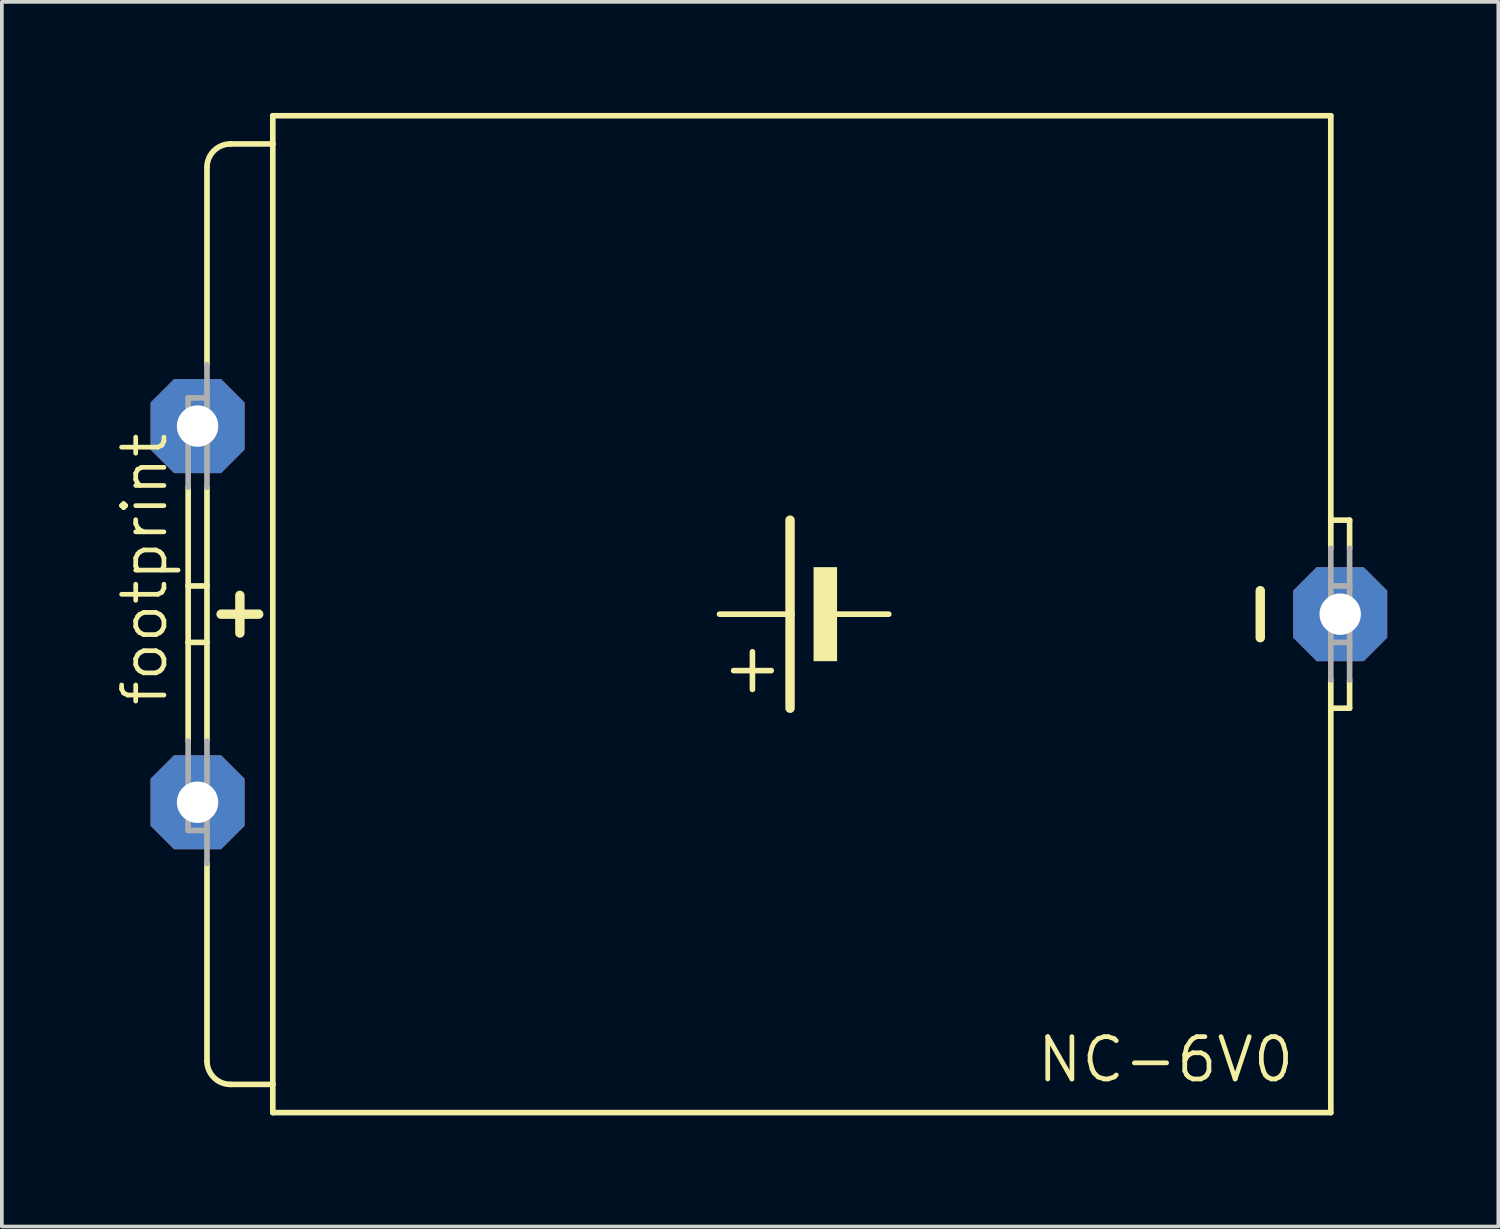
<source format=kicad_pcb>
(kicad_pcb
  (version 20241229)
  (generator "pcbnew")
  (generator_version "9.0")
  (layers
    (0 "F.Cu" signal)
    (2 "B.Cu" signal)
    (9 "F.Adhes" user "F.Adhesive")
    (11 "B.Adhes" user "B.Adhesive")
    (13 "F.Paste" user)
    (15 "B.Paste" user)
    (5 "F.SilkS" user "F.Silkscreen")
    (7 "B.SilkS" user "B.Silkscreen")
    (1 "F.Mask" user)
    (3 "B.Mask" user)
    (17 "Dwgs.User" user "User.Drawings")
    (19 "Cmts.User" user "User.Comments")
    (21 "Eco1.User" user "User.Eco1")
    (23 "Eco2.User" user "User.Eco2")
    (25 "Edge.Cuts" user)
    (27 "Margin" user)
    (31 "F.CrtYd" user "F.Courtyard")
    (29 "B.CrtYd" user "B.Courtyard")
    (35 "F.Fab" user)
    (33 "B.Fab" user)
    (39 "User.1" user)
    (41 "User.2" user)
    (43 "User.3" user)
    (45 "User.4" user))
  (footprint "footprint"
    (layer "F.Cu")
    (at 17.526 13.538)
    (property "Reference" "footprint" (at -16.002 2.54 90) (layer "F.SilkS") (effects (font (size 1.143 1.143) (thickness 0.127)) (justify left bottom)))
    (fp_line (start -15.494 -0.762) (end -15.494 -3.429) (stroke (width 0.152) (type solid)) (layer "F.SilkS"))
    (fp_line (start -15.494 0.762) (end -15.494 -0.762) (stroke (width 0.152) (type solid)) (layer "F.SilkS"))
    (fp_line (start -15.494 3.429) (end -15.494 0.762) (stroke (width 0.152) (type solid)) (layer "F.SilkS"))
    (fp_line (start -14.986 -6.731) (end -14.986 -12.065) (stroke (width 0.152) (type solid)) (layer "F.SilkS"))
    (fp_line (start -14.986 -0.762) (end -15.494 -0.762) (stroke (width 0.152) (type solid)) (layer "F.SilkS"))
    (fp_line (start -14.986 -0.762) (end -14.986 -3.429) (stroke (width 0.152) (type solid)) (layer "F.SilkS"))
    (fp_line (start -14.986 0.762) (end -15.494 0.762) (stroke (width 0.152) (type solid)) (layer "F.SilkS"))
    (fp_line (start -14.986 0.762) (end -14.986 -0.762) (stroke (width 0.152) (type solid)) (layer "F.SilkS"))
    (fp_line (start -14.986 3.429) (end -14.986 0.762) (stroke (width 0.152) (type solid)) (layer "F.SilkS"))
    (fp_line (start -14.986 12.065) (end -14.986 6.731) (stroke (width 0.152) (type solid)) (layer "F.SilkS"))
    (fp_line (start -14.605 0) (end -13.589 0) (stroke (width 0.254) (type solid)) (layer "F.SilkS"))
    (fp_line (start -14.351 12.7) (end -13.208 12.7) (stroke (width 0.152) (type solid)) (layer "F.SilkS"))
    (fp_line (start -14.097 -0.508) (end -14.097 0.508) (stroke (width 0.254) (type solid)) (layer "F.SilkS"))
    (fp_line (start -13.208 -13.462) (end -13.208 -12.7) (stroke (width 0.152) (type solid)) (layer "F.SilkS"))
    (fp_line (start -13.208 -13.462) (end 15.367 -13.462) (stroke (width 0.152) (type solid)) (layer "F.SilkS"))
    (fp_line (start -13.208 -12.7) (end -14.351 -12.7) (stroke (width 0.152) (type solid)) (layer "F.SilkS"))
    (fp_line (start -13.208 -12.7) (end -13.208 12.7) (stroke (width 0.152) (type solid)) (layer "F.SilkS"))
    (fp_line (start -13.208 12.7) (end -13.208 13.462) (stroke (width 0.152) (type solid)) (layer "F.SilkS"))
    (fp_line (start -13.208 13.462) (end 15.367 13.462) (stroke (width 0.152) (type solid)) (layer "F.SilkS"))
    (fp_line (start -0.254 2.032) (end -0.254 1.016) (stroke (width 0.152) (type solid)) (layer "F.SilkS"))
    (fp_line (start 0.254 1.524) (end -0.762 1.524) (stroke (width 0.152) (type solid)) (layer "F.SilkS"))
    (fp_line (start 0.762 0) (end -1.143 0) (stroke (width 0.152) (type solid)) (layer "F.SilkS"))
    (fp_line (start 0.762 0) (end 0.762 -2.54) (stroke (width 0.254) (type solid)) (layer "F.SilkS"))
    (fp_line (start 0.762 2.54) (end 0.762 0) (stroke (width 0.254) (type solid)) (layer "F.SilkS"))
    (fp_line (start 3.429 0) (end 2.032 0) (stroke (width 0.152) (type solid)) (layer "F.SilkS"))
    (fp_line (start 13.462 -0.635) (end 13.462 0.635) (stroke (width 0.254) (type solid)) (layer "F.SilkS"))
    (fp_line (start 15.367 -2.54) (end 15.367 -13.462) (stroke (width 0.152) (type solid)) (layer "F.SilkS"))
    (fp_line (start 15.367 -1.778) (end 15.367 -2.54) (stroke (width 0.152) (type solid)) (layer "F.SilkS"))
    (fp_line (start 15.367 2.54) (end 15.367 1.778) (stroke (width 0.152) (type solid)) (layer "F.SilkS"))
    (fp_line (start 15.367 13.462) (end 15.367 2.54) (stroke (width 0.152) (type solid)) (layer "F.SilkS"))
    (fp_line (start 15.875 -2.54) (end 15.367 -2.54) (stroke (width 0.152) (type solid)) (layer "F.SilkS"))
    (fp_line (start 15.875 -1.778) (end 15.875 -2.54) (stroke (width 0.152) (type solid)) (layer "F.SilkS"))
    (fp_line (start 15.875 1.778) (end 15.875 2.54) (stroke (width 0.152) (type solid)) (layer "F.SilkS"))
    (fp_line (start 15.875 2.54) (end 15.367 2.54) (stroke (width 0.152) (type solid)) (layer "F.SilkS"))
    (fp_arc (start -14.986 -12.065) (mid -14.800013 -12.514013) (end -14.351 -12.7) (stroke (width 0.1524) (type solid)) (layer "F.SilkS"))
    (fp_arc (start -14.351 12.7) (mid -14.800013 12.514013) (end -14.986 12.065) (stroke (width 0.1524) (type solid)) (layer "F.SilkS"))
    (fp_poly (pts (xy 1.397 1.27) (xy 2.032 1.27) (xy 2.032 -1.27) (xy 1.397 -1.27)) (stroke (width 0) (type solid)) (fill yes) (layer "F.SilkS"))
    (fp_line (start -15.494 -3.429) (end -15.494 -5.842) (stroke (width 0.152) (type solid)) (layer "F.Fab"))
    (fp_line (start -15.494 5.842) (end -15.494 3.429) (stroke (width 0.152) (type solid)) (layer "F.Fab"))
    (fp_line (start -14.986 -5.842) (end -15.494 -5.842) (stroke (width 0.152) (type solid)) (layer "F.Fab"))
    (fp_line (start -14.986 -5.842) (end -14.986 -6.731) (stroke (width 0.152) (type solid)) (layer "F.Fab"))
    (fp_line (start -14.986 -3.429) (end -14.986 -5.842) (stroke (width 0.152) (type solid)) (layer "F.Fab"))
    (fp_line (start -14.986 5.842) (end -15.494 5.842) (stroke (width 0.152) (type solid)) (layer "F.Fab"))
    (fp_line (start -14.986 5.842) (end -14.986 3.429) (stroke (width 0.152) (type solid)) (layer "F.Fab"))
    (fp_line (start -14.986 6.731) (end -14.986 5.842) (stroke (width 0.152) (type solid)) (layer "F.Fab"))
    (fp_line (start 15.367 -0.762) (end 15.367 -1.778) (stroke (width 0.152) (type solid)) (layer "F.Fab"))
    (fp_line (start 15.367 0.762) (end 15.367 -0.762) (stroke (width 0.152) (type solid)) (layer "F.Fab"))
    (fp_line (start 15.367 1.778) (end 15.367 0.762) (stroke (width 0.152) (type solid)) (layer "F.Fab"))
    (fp_line (start 15.875 -0.762) (end 15.367 -0.762) (stroke (width 0.152) (type solid)) (layer "F.Fab"))
    (fp_line (start 15.875 -0.762) (end 15.875 -1.778) (stroke (width 0.152) (type solid)) (layer "F.Fab"))
    (fp_line (start 15.875 0.762) (end 15.367 0.762) (stroke (width 0.152) (type solid)) (layer "F.Fab"))
    (fp_line (start 15.875 0.762) (end 15.875 -0.762) (stroke (width 0.152) (type solid)) (layer "F.Fab"))
    (fp_line (start 15.875 1.778) (end 15.875 0.762) (stroke (width 0.152) (type solid)) (layer "F.Fab"))
    (fp_text user "NC-6V0" (at 7.366 12.7 0) (layer "F.SilkS") (effects (font (size 1.143 1.143) (thickness 0.127)) (justify left bottom)))
    (pad "+" thru_hole roundrect (at -15.24 5.08) (size 2.54 2.54) (drill 1.118) (layers "*.Cu" "*.Mask") (roundrect_rratio 0.25) (chamfer_ratio 0.25) (chamfer top_left top_right bottom_left bottom_right))
    (pad "+@1" thru_hole roundrect (at -15.24 -5.08) (size 2.54 2.54) (drill 1.118) (layers "*.Cu" "*.Mask") (roundrect_rratio 0.25) (chamfer_ratio 0.25) (chamfer top_left top_right bottom_left bottom_right))
    (pad "-" thru_hole roundrect (at 15.621 0) (size 2.54 2.54) (drill 1.118) (layers "*.Cu" "*.Mask") (roundrect_rratio 0.25) (chamfer_ratio 0.25) (chamfer top_left top_right bottom_left bottom_right)))
  (gr_rect
    (start -3 -3)
    (end 37.417 30.076)
    (stroke (width 0.1) (type default))
    (fill no)
    (layer "Edge.Cuts")))
</source>
